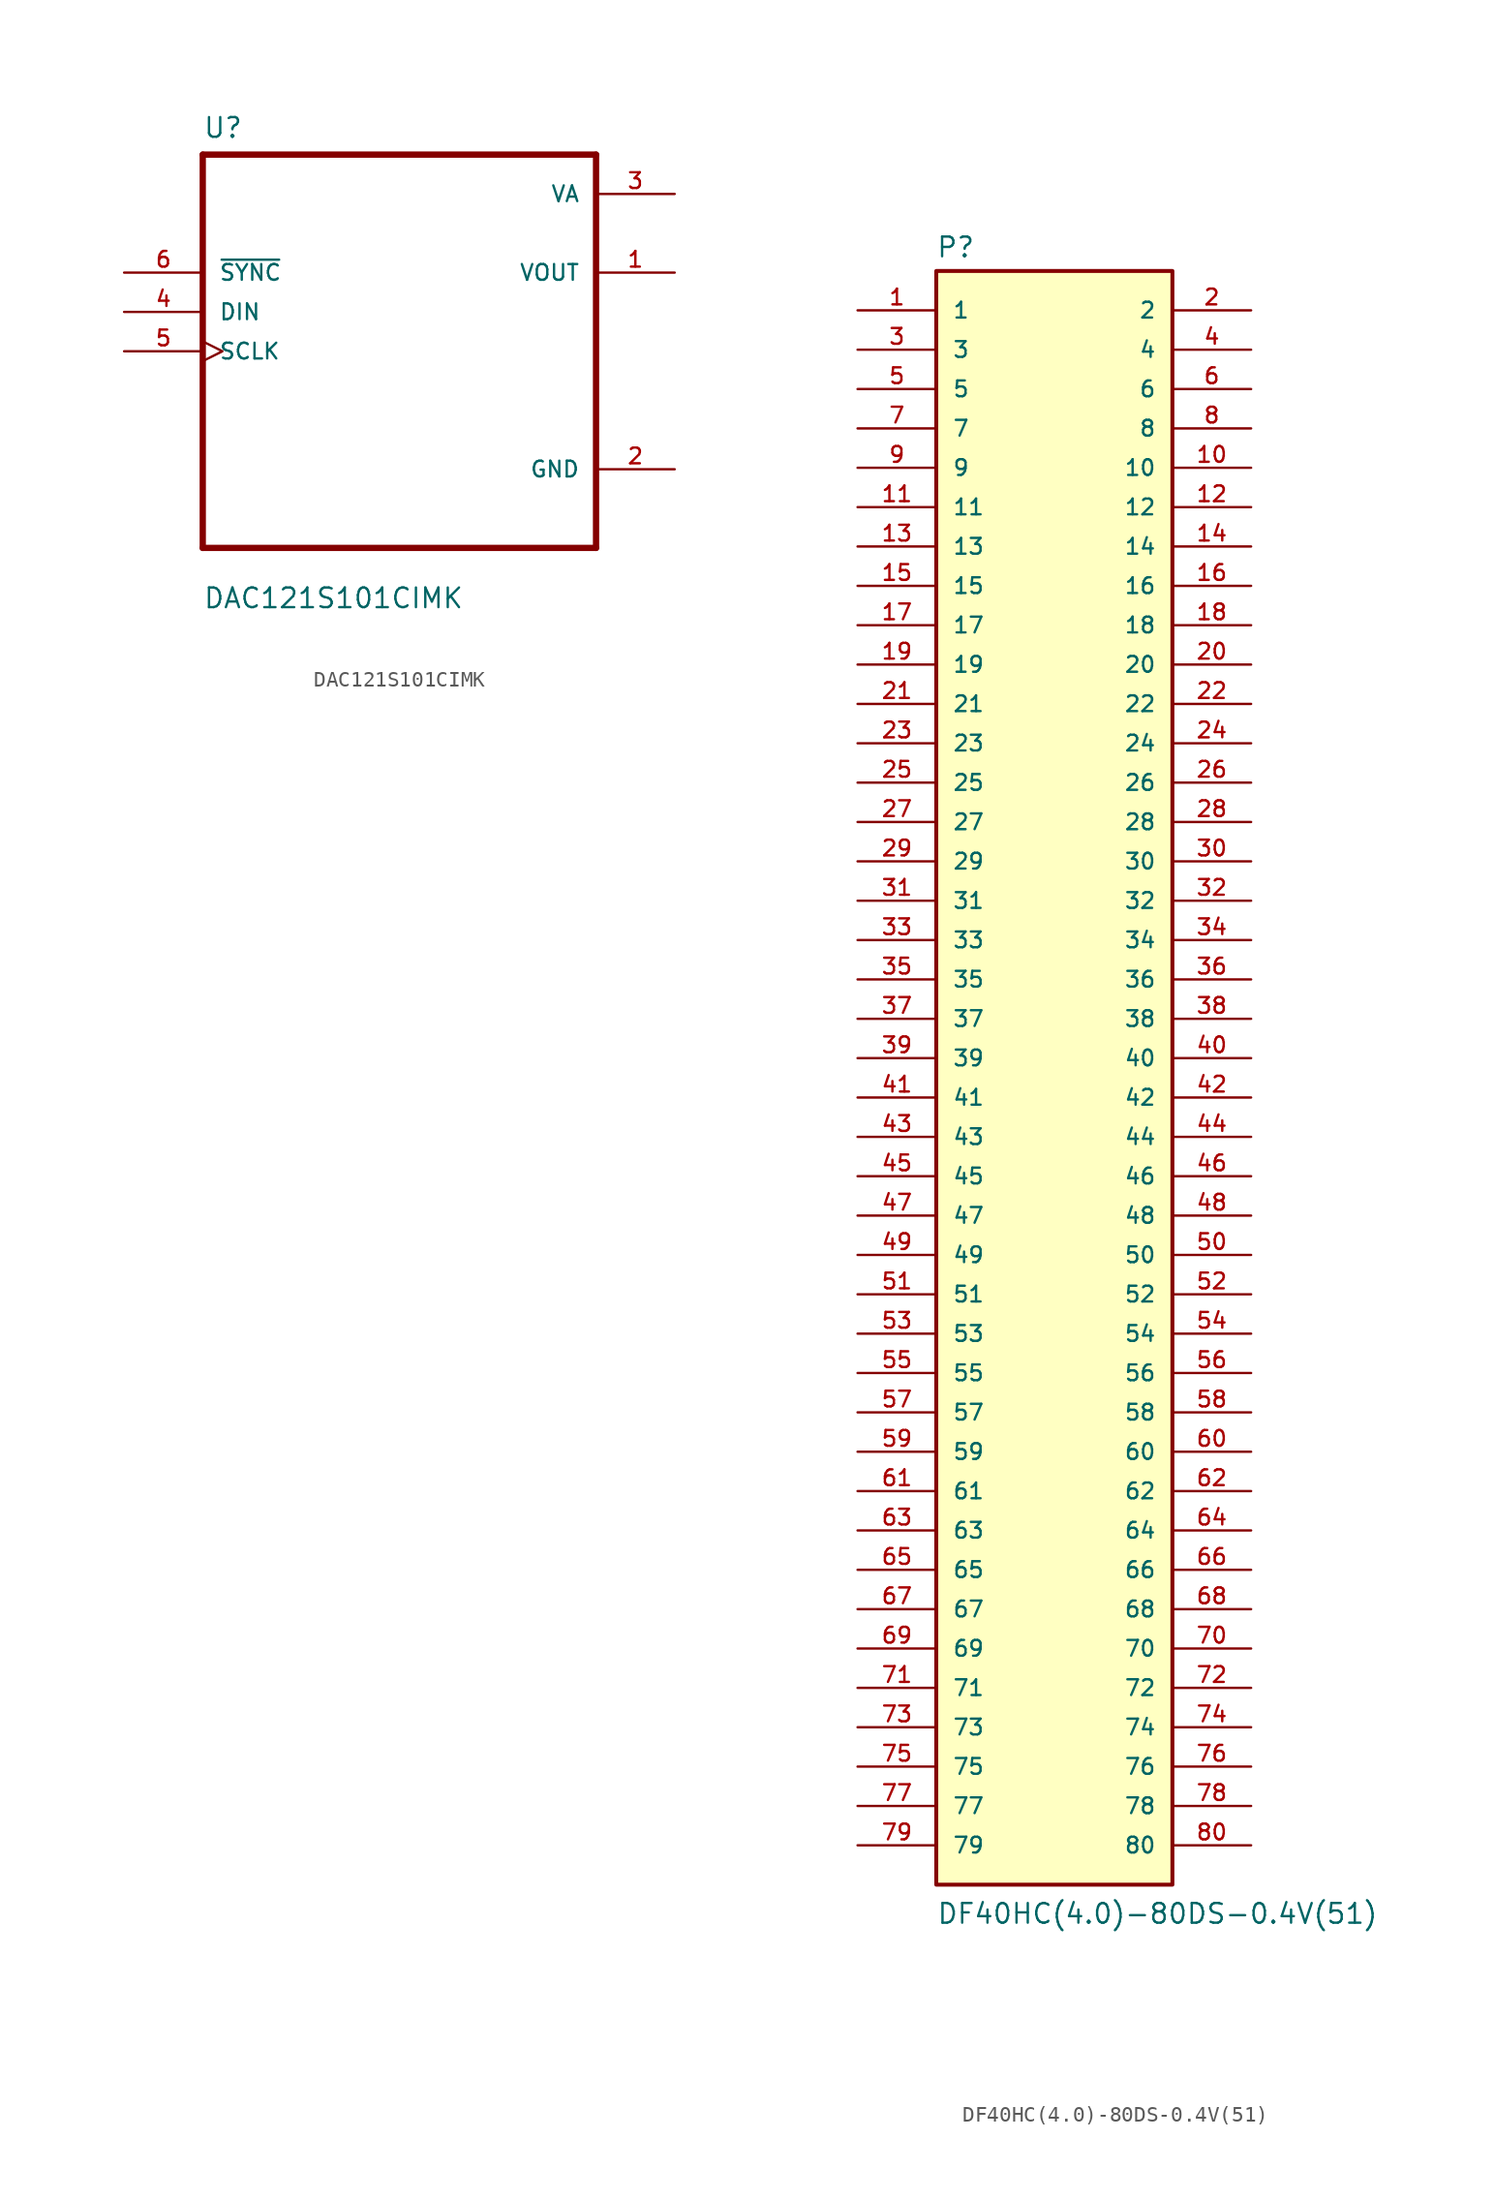
<source format=kicad_sym>
(kicad_symbol_lib
  (version 20211014)
  (generator kicad_symbol_editor)
  (symbol "DAC121S101CIMK"
    (pin_names
      (offset 1.016))
    (property "Reference" "U"
      (at -12.7 13.691 0)
      (effects (font (size 1.27 1.27)) (justify left bottom)))
    (property "Value" "DAC121S101CIMK"
      (at -12.7 -16.688 0)
      (effects (font (size 1.27 1.27)) (justify left bottom)))
    (property "ki_locked" ""
      (at 0 0 0)
      (effects (font (size 1.27 1.27))))
    (symbol "DAC121S101CIMK_0_0"
      (polyline (pts (xy -12.7 -12.7) (xy -12.7 12.7)) (stroke (width 0.406) (type default) (color 0 0 0 0)) (fill (type none)))
      (polyline (pts (xy -12.7 12.7) (xy 12.7 12.7)) (stroke (width 0.406) (type default) (color 0 0 0 0)) (fill (type none)))
      (polyline (pts (xy 12.7 -12.7) (xy -12.7 -12.7)) (stroke (width 0.406) (type default) (color 0 0 0 0)) (fill (type none)))
      (polyline (pts (xy 12.7 12.7) (xy 12.7 -12.7)) (stroke (width 0.406) (type default) (color 0 0 0 0)) (fill (type none)))
      (pin output line (at 17.78 5.08 180) (length 5.08) (name "VOUT" (effects (font (size 1.016 1.016)))) (number "1" (effects (font (size 1.016 1.016)))))
      (pin power_in line (at 17.78 -7.62 180) (length 5.08) (name "GND" (effects (font (size 1.016 1.016)))) (number "2" (effects (font (size 1.016 1.016)))))
      (pin power_in line (at 17.78 10.16 180) (length 5.08) (name "VA" (effects (font (size 1.016 1.016)))) (number "3" (effects (font (size 1.016 1.016)))))
      (pin input line (at -17.78 2.54 0) (length 5.08) (name "DIN" (effects (font (size 1.016 1.016)))) (number "4" (effects (font (size 1.016 1.016)))))
      (pin input clock (at -17.78 0 0) (length 5.08) (name "SCLK" (effects (font (size 1.016 1.016)))) (number "5" (effects (font (size 1.016 1.016)))))
      (pin input line (at -17.78 5.08 0) (length 5.08) (name "~{SYNC}" (effects (font (size 1.016 1.016)))) (number "6" (effects (font (size 1.016 1.016)))))))
  (symbol "DF40HC(4.0)-80DS-0.4V(51)"
    (pin_names
      (offset 1.016))
    (property "Reference" "P"
      (at -7.645 51.587 0)
      (effects (font (size 1.27 1.27)) (justify left bottom)))
    (property "Value" "DF40HC(4.0)-80DS-0.4V(51)"
      (at -7.62 -55.956 0)
      (effects (font (size 1.27 1.27)) (justify left bottom)))
    (symbol "DF40HC(4.0)-80DS-0.4V(51)_0_0"
      (rectangle (start -7.62 -53.34) (end 7.62 50.8) (stroke (width 0.254) (type default) (color 0 0 0 0)) (fill (type background)))
      (pin passive line (at -12.7 48.26 0) (length 5.08) (name "1" (effects (font (size 1.016 1.016)))) (number "1" (effects (font (size 1.016 1.016)))))
      (pin passive line (at 12.7 38.1 180) (length 5.08) (name "10" (effects (font (size 1.016 1.016)))) (number "10" (effects (font (size 1.016 1.016)))))
      (pin passive line (at -12.7 35.56 0) (length 5.08) (name "11" (effects (font (size 1.016 1.016)))) (number "11" (effects (font (size 1.016 1.016)))))
      (pin passive line (at 12.7 35.56 180) (length 5.08) (name "12" (effects (font (size 1.016 1.016)))) (number "12" (effects (font (size 1.016 1.016)))))
      (pin passive line (at -12.7 33.02 0) (length 5.08) (name "13" (effects (font (size 1.016 1.016)))) (number "13" (effects (font (size 1.016 1.016)))))
      (pin passive line (at 12.7 33.02 180) (length 5.08) (name "14" (effects (font (size 1.016 1.016)))) (number "14" (effects (font (size 1.016 1.016)))))
      (pin passive line (at -12.7 30.48 0) (length 5.08) (name "15" (effects (font (size 1.016 1.016)))) (number "15" (effects (font (size 1.016 1.016)))))
      (pin passive line (at 12.7 30.48 180) (length 5.08) (name "16" (effects (font (size 1.016 1.016)))) (number "16" (effects (font (size 1.016 1.016)))))
      (pin passive line (at -12.7 27.94 0) (length 5.08) (name "17" (effects (font (size 1.016 1.016)))) (number "17" (effects (font (size 1.016 1.016)))))
      (pin passive line (at 12.7 27.94 180) (length 5.08) (name "18" (effects (font (size 1.016 1.016)))) (number "18" (effects (font (size 1.016 1.016)))))
      (pin passive line (at -12.7 25.4 0) (length 5.08) (name "19" (effects (font (size 1.016 1.016)))) (number "19" (effects (font (size 1.016 1.016)))))
      (pin passive line (at 12.7 48.26 180) (length 5.08) (name "2" (effects (font (size 1.016 1.016)))) (number "2" (effects (font (size 1.016 1.016)))))
      (pin passive line (at 12.7 25.4 180) (length 5.08) (name "20" (effects (font (size 1.016 1.016)))) (number "20" (effects (font (size 1.016 1.016)))))
      (pin passive line (at -12.7 22.86 0) (length 5.08) (name "21" (effects (font (size 1.016 1.016)))) (number "21" (effects (font (size 1.016 1.016)))))
      (pin passive line (at 12.7 22.86 180) (length 5.08) (name "22" (effects (font (size 1.016 1.016)))) (number "22" (effects (font (size 1.016 1.016)))))
      (pin passive line (at -12.7 20.32 0) (length 5.08) (name "23" (effects (font (size 1.016 1.016)))) (number "23" (effects (font (size 1.016 1.016)))))
      (pin passive line (at 12.7 20.32 180) (length 5.08) (name "24" (effects (font (size 1.016 1.016)))) (number "24" (effects (font (size 1.016 1.016)))))
      (pin passive line (at -12.7 17.78 0) (length 5.08) (name "25" (effects (font (size 1.016 1.016)))) (number "25" (effects (font (size 1.016 1.016)))))
      (pin passive line (at 12.7 17.78 180) (length 5.08) (name "26" (effects (font (size 1.016 1.016)))) (number "26" (effects (font (size 1.016 1.016)))))
      (pin passive line (at -12.7 15.24 0) (length 5.08) (name "27" (effects (font (size 1.016 1.016)))) (number "27" (effects (font (size 1.016 1.016)))))
      (pin passive line (at 12.7 15.24 180) (length 5.08) (name "28" (effects (font (size 1.016 1.016)))) (number "28" (effects (font (size 1.016 1.016)))))
      (pin passive line (at -12.7 12.7 0) (length 5.08) (name "29" (effects (font (size 1.016 1.016)))) (number "29" (effects (font (size 1.016 1.016)))))
      (pin passive line (at -12.7 45.72 0) (length 5.08) (name "3" (effects (font (size 1.016 1.016)))) (number "3" (effects (font (size 1.016 1.016)))))
      (pin passive line (at 12.7 12.7 180) (length 5.08) (name "30" (effects (font (size 1.016 1.016)))) (number "30" (effects (font (size 1.016 1.016)))))
      (pin passive line (at -12.7 10.16 0) (length 5.08) (name "31" (effects (font (size 1.016 1.016)))) (number "31" (effects (font (size 1.016 1.016)))))
      (pin passive line (at 12.7 10.16 180) (length 5.08) (name "32" (effects (font (size 1.016 1.016)))) (number "32" (effects (font (size 1.016 1.016)))))
      (pin passive line (at -12.7 7.62 0) (length 5.08) (name "33" (effects (font (size 1.016 1.016)))) (number "33" (effects (font (size 1.016 1.016)))))
      (pin passive line (at 12.7 7.62 180) (length 5.08) (name "34" (effects (font (size 1.016 1.016)))) (number "34" (effects (font (size 1.016 1.016)))))
      (pin passive line (at -12.7 5.08 0) (length 5.08) (name "35" (effects (font (size 1.016 1.016)))) (number "35" (effects (font (size 1.016 1.016)))))
      (pin passive line (at 12.7 5.08 180) (length 5.08) (name "36" (effects (font (size 1.016 1.016)))) (number "36" (effects (font (size 1.016 1.016)))))
      (pin passive line (at -12.7 2.54 0) (length 5.08) (name "37" (effects (font (size 1.016 1.016)))) (number "37" (effects (font (size 1.016 1.016)))))
      (pin passive line (at 12.7 2.54 180) (length 5.08) (name "38" (effects (font (size 1.016 1.016)))) (number "38" (effects (font (size 1.016 1.016)))))
      (pin passive line (at -12.7 0 0) (length 5.08) (name "39" (effects (font (size 1.016 1.016)))) (number "39" (effects (font (size 1.016 1.016)))))
      (pin passive line (at 12.7 45.72 180) (length 5.08) (name "4" (effects (font (size 1.016 1.016)))) (number "4" (effects (font (size 1.016 1.016)))))
      (pin passive line (at 12.7 0 180) (length 5.08) (name "40" (effects (font (size 1.016 1.016)))) (number "40" (effects (font (size 1.016 1.016)))))
      (pin passive line (at -12.7 -2.54 0) (length 5.08) (name "41" (effects (font (size 1.016 1.016)))) (number "41" (effects (font (size 1.016 1.016)))))
      (pin passive line (at 12.7 -2.54 180) (length 5.08) (name "42" (effects (font (size 1.016 1.016)))) (number "42" (effects (font (size 1.016 1.016)))))
      (pin passive line (at -12.7 -5.08 0) (length 5.08) (name "43" (effects (font (size 1.016 1.016)))) (number "43" (effects (font (size 1.016 1.016)))))
      (pin passive line (at 12.7 -5.08 180) (length 5.08) (name "44" (effects (font (size 1.016 1.016)))) (number "44" (effects (font (size 1.016 1.016)))))
      (pin passive line (at -12.7 -7.62 0) (length 5.08) (name "45" (effects (font (size 1.016 1.016)))) (number "45" (effects (font (size 1.016 1.016)))))
      (pin passive line (at 12.7 -7.62 180) (length 5.08) (name "46" (effects (font (size 1.016 1.016)))) (number "46" (effects (font (size 1.016 1.016)))))
      (pin passive line (at -12.7 -10.16 0) (length 5.08) (name "47" (effects (font (size 1.016 1.016)))) (number "47" (effects (font (size 1.016 1.016)))))
      (pin passive line (at 12.7 -10.16 180) (length 5.08) (name "48" (effects (font (size 1.016 1.016)))) (number "48" (effects (font (size 1.016 1.016)))))
      (pin passive line (at -12.7 -12.7 0) (length 5.08) (name "49" (effects (font (size 1.016 1.016)))) (number "49" (effects (font (size 1.016 1.016)))))
      (pin passive line (at -12.7 43.18 0) (length 5.08) (name "5" (effects (font (size 1.016 1.016)))) (number "5" (effects (font (size 1.016 1.016)))))
      (pin passive line (at 12.7 -12.7 180) (length 5.08) (name "50" (effects (font (size 1.016 1.016)))) (number "50" (effects (font (size 1.016 1.016)))))
      (pin passive line (at -12.7 -15.24 0) (length 5.08) (name "51" (effects (font (size 1.016 1.016)))) (number "51" (effects (font (size 1.016 1.016)))))
      (pin passive line (at 12.7 -15.24 180) (length 5.08) (name "52" (effects (font (size 1.016 1.016)))) (number "52" (effects (font (size 1.016 1.016)))))
      (pin passive line (at -12.7 -17.78 0) (length 5.08) (name "53" (effects (font (size 1.016 1.016)))) (number "53" (effects (font (size 1.016 1.016)))))
      (pin passive line (at 12.7 -17.78 180) (length 5.08) (name "54" (effects (font (size 1.016 1.016)))) (number "54" (effects (font (size 1.016 1.016)))))
      (pin passive line (at -12.7 -20.32 0) (length 5.08) (name "55" (effects (font (size 1.016 1.016)))) (number "55" (effects (font (size 1.016 1.016)))))
      (pin passive line (at 12.7 -20.32 180) (length 5.08) (name "56" (effects (font (size 1.016 1.016)))) (number "56" (effects (font (size 1.016 1.016)))))
      (pin passive line (at -12.7 -22.86 0) (length 5.08) (name "57" (effects (font (size 1.016 1.016)))) (number "57" (effects (font (size 1.016 1.016)))))
      (pin passive line (at 12.7 -22.86 180) (length 5.08) (name "58" (effects (font (size 1.016 1.016)))) (number "58" (effects (font (size 1.016 1.016)))))
      (pin passive line (at -12.7 -25.4 0) (length 5.08) (name "59" (effects (font (size 1.016 1.016)))) (number "59" (effects (font (size 1.016 1.016)))))
      (pin passive line (at 12.7 43.18 180) (length 5.08) (name "6" (effects (font (size 1.016 1.016)))) (number "6" (effects (font (size 1.016 1.016)))))
      (pin passive line (at 12.7 -25.4 180) (length 5.08) (name "60" (effects (font (size 1.016 1.016)))) (number "60" (effects (font (size 1.016 1.016)))))
      (pin passive line (at -12.7 -27.94 0) (length 5.08) (name "61" (effects (font (size 1.016 1.016)))) (number "61" (effects (font (size 1.016 1.016)))))
      (pin passive line (at 12.7 -27.94 180) (length 5.08) (name "62" (effects (font (size 1.016 1.016)))) (number "62" (effects (font (size 1.016 1.016)))))
      (pin passive line (at -12.7 -30.48 0) (length 5.08) (name "63" (effects (font (size 1.016 1.016)))) (number "63" (effects (font (size 1.016 1.016)))))
      (pin passive line (at 12.7 -30.48 180) (length 5.08) (name "64" (effects (font (size 1.016 1.016)))) (number "64" (effects (font (size 1.016 1.016)))))
      (pin passive line (at -12.7 -33.02 0) (length 5.08) (name "65" (effects (font (size 1.016 1.016)))) (number "65" (effects (font (size 1.016 1.016)))))
      (pin passive line (at 12.7 -33.02 180) (length 5.08) (name "66" (effects (font (size 1.016 1.016)))) (number "66" (effects (font (size 1.016 1.016)))))
      (pin passive line (at -12.7 -35.56 0) (length 5.08) (name "67" (effects (font (size 1.016 1.016)))) (number "67" (effects (font (size 1.016 1.016)))))
      (pin passive line (at 12.7 -35.56 180) (length 5.08) (name "68" (effects (font (size 1.016 1.016)))) (number "68" (effects (font (size 1.016 1.016)))))
      (pin passive line (at -12.7 -38.1 0) (length 5.08) (name "69" (effects (font (size 1.016 1.016)))) (number "69" (effects (font (size 1.016 1.016)))))
      (pin passive line (at -12.7 40.64 0) (length 5.08) (name "7" (effects (font (size 1.016 1.016)))) (number "7" (effects (font (size 1.016 1.016)))))
      (pin passive line (at 12.7 -38.1 180) (length 5.08) (name "70" (effects (font (size 1.016 1.016)))) (number "70" (effects (font (size 1.016 1.016)))))
      (pin passive line (at -12.7 -40.64 0) (length 5.08) (name "71" (effects (font (size 1.016 1.016)))) (number "71" (effects (font (size 1.016 1.016)))))
      (pin passive line (at 12.7 -40.64 180) (length 5.08) (name "72" (effects (font (size 1.016 1.016)))) (number "72" (effects (font (size 1.016 1.016)))))
      (pin passive line (at -12.7 -43.18 0) (length 5.08) (name "73" (effects (font (size 1.016 1.016)))) (number "73" (effects (font (size 1.016 1.016)))))
      (pin passive line (at 12.7 -43.18 180) (length 5.08) (name "74" (effects (font (size 1.016 1.016)))) (number "74" (effects (font (size 1.016 1.016)))))
      (pin passive line (at -12.7 -45.72 0) (length 5.08) (name "75" (effects (font (size 1.016 1.016)))) (number "75" (effects (font (size 1.016 1.016)))))
      (pin passive line (at 12.7 -45.72 180) (length 5.08) (name "76" (effects (font (size 1.016 1.016)))) (number "76" (effects (font (size 1.016 1.016)))))
      (pin passive line (at -12.7 -48.26 0) (length 5.08) (name "77" (effects (font (size 1.016 1.016)))) (number "77" (effects (font (size 1.016 1.016)))))
      (pin passive line (at 12.7 -48.26 180) (length 5.08) (name "78" (effects (font (size 1.016 1.016)))) (number "78" (effects (font (size 1.016 1.016)))))
      (pin passive line (at -12.7 -50.8 0) (length 5.08) (name "79" (effects (font (size 1.016 1.016)))) (number "79" (effects (font (size 1.016 1.016)))))
      (pin passive line (at 12.7 40.64 180) (length 5.08) (name "8" (effects (font (size 1.016 1.016)))) (number "8" (effects (font (size 1.016 1.016)))))
      (pin passive line (at 12.7 -50.8 180) (length 5.08) (name "80" (effects (font (size 1.016 1.016)))) (number "80" (effects (font (size 1.016 1.016)))))
      (pin passive line (at -12.7 38.1 0) (length 5.08) (name "9" (effects (font (size 1.016 1.016)))) (number "9" (effects (font (size 1.016 1.016))))))))
</source>
